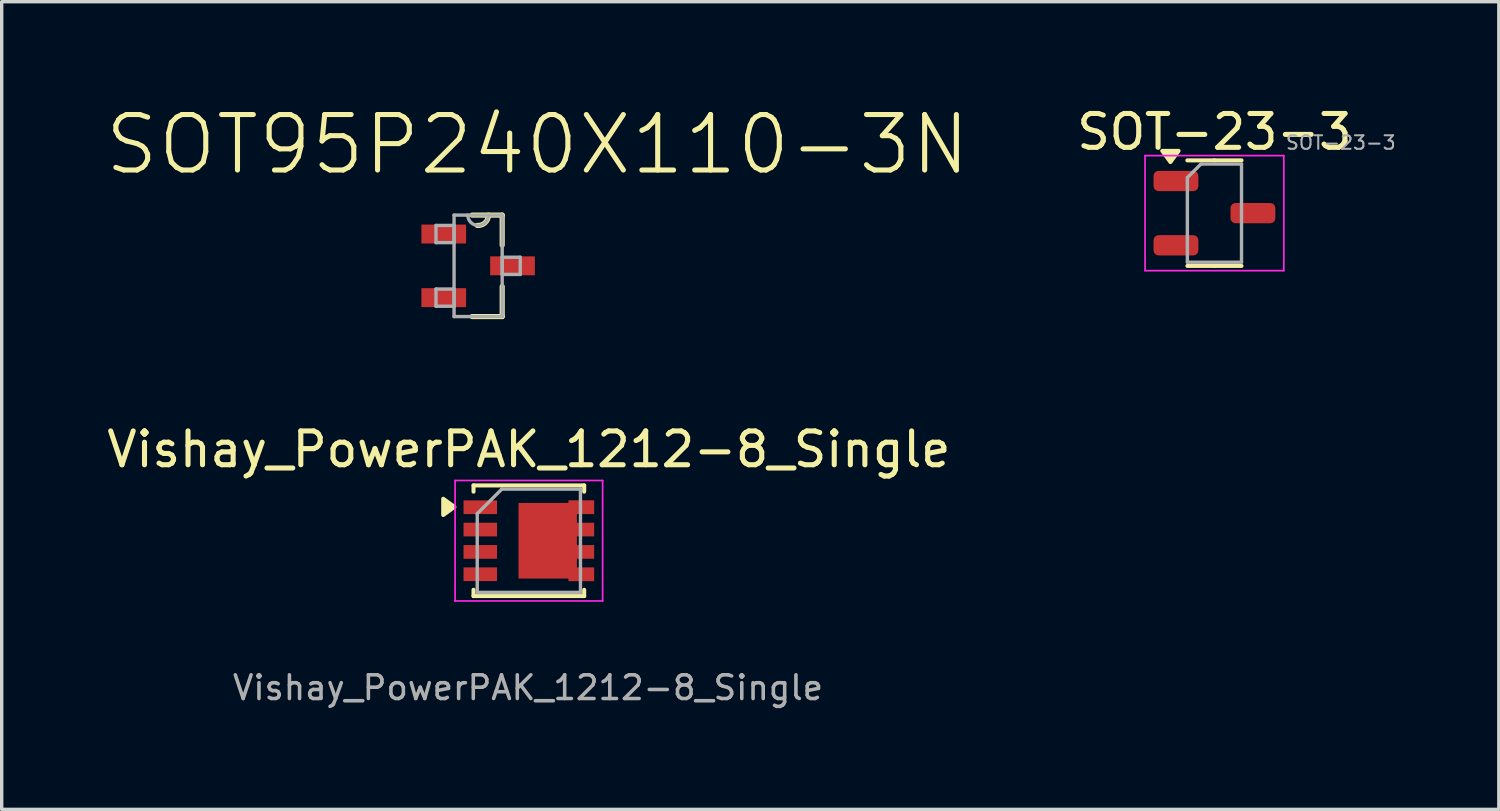
<source format=kicad_pcb>
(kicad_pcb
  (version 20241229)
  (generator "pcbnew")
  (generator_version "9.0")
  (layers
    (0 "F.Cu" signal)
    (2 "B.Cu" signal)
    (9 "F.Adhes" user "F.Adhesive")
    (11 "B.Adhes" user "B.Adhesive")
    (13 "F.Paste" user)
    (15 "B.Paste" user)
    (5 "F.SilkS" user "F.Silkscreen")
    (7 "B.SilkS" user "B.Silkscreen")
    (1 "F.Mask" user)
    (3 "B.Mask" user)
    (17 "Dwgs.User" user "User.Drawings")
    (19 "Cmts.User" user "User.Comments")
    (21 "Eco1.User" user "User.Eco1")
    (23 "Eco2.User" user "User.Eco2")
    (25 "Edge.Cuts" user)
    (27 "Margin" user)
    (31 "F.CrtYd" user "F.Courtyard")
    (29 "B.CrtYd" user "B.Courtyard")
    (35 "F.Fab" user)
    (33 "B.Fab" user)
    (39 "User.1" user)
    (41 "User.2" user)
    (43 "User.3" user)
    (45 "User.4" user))
  (footprint "Vishay_PowerPAK_1212-8_Single"
    (layer "F.Cu")
    (at 12.577 12.928)
    (property "Reference" "Vishay_PowerPAK_1212-8_Single" (at 0 -2.7 0) (layer "F.SilkS") (effects (font (size 1 1) (thickness 0.15))))
    (attr smd)
    (fp_line (start -1.635 -1.635) (end -1.635 -1.45) (stroke (width 0.12) (type solid)) (layer "F.SilkS"))
    (fp_line (start -1.635 -1.635) (end 1.635 -1.635) (stroke (width 0.12) (type solid)) (layer "F.SilkS"))
    (fp_line (start -1.635 1.45) (end -1.635 1.635) (stroke (width 0.12) (type solid)) (layer "F.SilkS"))
    (fp_line (start -1.635 1.635) (end 1.635 1.635) (stroke (width 0.12) (type solid)) (layer "F.SilkS"))
    (fp_line (start 1.635 -1.635) (end 1.635 -1.45) (stroke (width 0.12) (type solid)) (layer "F.SilkS"))
    (fp_line (start 1.635 1.45) (end 1.635 1.635) (stroke (width 0.12) (type solid)) (layer "F.SilkS"))
    (fp_poly (pts (xy -2.2 -1) (xy -2.53 -0.76) (xy -2.53 -1.24) (xy -2.2 -1)) (stroke (width 0.12) (type solid)) (fill yes) (layer "F.SilkS"))
    (fp_line (start -2.18 -1.78) (end -2.18 1.78) (stroke (width 0.05) (type solid)) (layer "F.CrtYd"))
    (fp_line (start -2.18 -1.78) (end 2.18 -1.78) (stroke (width 0.05) (type solid)) (layer "F.CrtYd"))
    (fp_line (start -2.18 1.78) (end 2.18 1.78) (stroke (width 0.05) (type solid)) (layer "F.CrtYd"))
    (fp_line (start 2.18 -1.78) (end 2.18 1.78) (stroke (width 0.05) (type solid)) (layer "F.CrtYd"))
    (fp_line (start -1.525 -0.8) (end -1.525 1.525) (stroke (width 0.1) (type solid)) (layer "F.Fab"))
    (fp_line (start -1.525 -0.8) (end -0.8 -1.525) (stroke (width 0.1) (type solid)) (layer "F.Fab"))
    (fp_line (start -1.525 1.525) (end 1.525 1.525) (stroke (width 0.1) (type solid)) (layer "F.Fab"))
    (fp_line (start -0.8 -1.525) (end 1.525 -1.525) (stroke (width 0.1) (type solid)) (layer "F.Fab"))
    (fp_line (start 1.525 -1.525) (end 1.525 1.525) (stroke (width 0.1) (type solid)) (layer "F.Fab"))
    (fp_text user "${REFERENCE}" (at -0.025 4.343 0) (layer "F.Fab") (effects (font (size 0.7 0.7) (thickness 0.105))))
    (pad "1" smd rect (at -1.435 -0.99) (size 0.99 0.405) (layers "F.Cu" "F.Mask" "F.Paste"))
    (pad "2" smd rect (at -1.435 -0.33) (size 0.99 0.405) (layers "F.Cu" "F.Mask" "F.Paste"))
    (pad "3" smd rect (at -1.435 0.33) (size 0.99 0.405) (layers "F.Cu" "F.Mask" "F.Paste"))
    (pad "4" smd rect (at -1.435 0.99) (size 0.99 0.405) (layers "F.Cu" "F.Mask" "F.Paste"))
    (pad "5" smd custom (at 0.557 0) (size 1.725 2.235) (layers "F.Cu" "F.Mask" "F.Paste") (options (anchor rect)) (primitives (gr_poly (pts (xy 1.373 -0.787) (xy 0.863 -0.787) (xy 0.863 -0.532) (xy 1.373 -0.532) (xy 1.373 -0.128) (xy 0.863 -0.128) (xy 0.863 0.128) (xy 1.373 0.128) (xy 1.373 0.532) (xy 0.863 0.532) (xy 0.863 0.787) (xy 1.373 0.787) (xy 1.373 1.195) (xy 0.613 1.195) (xy 0.613 -1.195) (xy 1.373 -1.195)) (width 0) (fill yes)))))
  (footprint "SOT95P240X110-3N"
    (layer "F.Cu")
    (at 11.078 4.805)
    (property "Reference" "SOT95P240X110-3N" (at 1.753 -3.582 0) (layer "F.SilkS") (effects (font (size 1.64 1.64) (thickness 0.15))))
    (attr smd)
    (fp_line (start -0.178 1.499) (end 0.711 1.499) (stroke (width 0.152) (type solid)) (layer "F.SilkS"))
    (fp_line (start 0.711 -1.499) (end -0.178 -1.499) (stroke (width 0.152) (type solid)) (layer "F.SilkS"))
    (fp_line (start 0.711 -0.61) (end 0.711 -1.499) (stroke (width 0.152) (type solid)) (layer "F.SilkS"))
    (fp_line (start 0.711 1.499) (end 0.711 0.61) (stroke (width 0.152) (type solid)) (layer "F.SilkS"))
    (fp_arc (start 0.3048 -1.4986) (mid 0.206758 -1.273554) (end -0.0254 -1.1938) (stroke (width 0.1524) (type solid)) (layer "F.SilkS"))
    (fp_line (start -1.245 -1.194) (end -1.245 -0.686) (stroke (width 0.1) (type solid)) (layer "F.Fab"))
    (fp_line (start -1.245 -0.686) (end -0.711 -0.686) (stroke (width 0.1) (type solid)) (layer "F.Fab"))
    (fp_line (start -1.245 0.686) (end -1.245 1.194) (stroke (width 0.1) (type solid)) (layer "F.Fab"))
    (fp_line (start -1.245 1.194) (end -0.711 1.194) (stroke (width 0.1) (type solid)) (layer "F.Fab"))
    (fp_line (start -0.711 -1.499) (end -0.711 1.499) (stroke (width 0.1) (type solid)) (layer "F.Fab"))
    (fp_line (start -0.711 -1.194) (end -1.245 -1.194) (stroke (width 0.1) (type solid)) (layer "F.Fab"))
    (fp_line (start -0.711 -0.686) (end -0.711 -1.194) (stroke (width 0.1) (type solid)) (layer "F.Fab"))
    (fp_line (start -0.711 0.686) (end -1.245 0.686) (stroke (width 0.1) (type solid)) (layer "F.Fab"))
    (fp_line (start -0.711 1.194) (end -0.711 0.686) (stroke (width 0.1) (type solid)) (layer "F.Fab"))
    (fp_line (start -0.711 1.499) (end 0.711 1.499) (stroke (width 0.1) (type solid)) (layer "F.Fab"))
    (fp_line (start 0.711 -1.499) (end -0.711 -1.499) (stroke (width 0.1) (type solid)) (layer "F.Fab"))
    (fp_line (start 0.711 -0.254) (end 0.711 0.254) (stroke (width 0.1) (type solid)) (layer "F.Fab"))
    (fp_line (start 0.711 0.254) (end 1.245 0.254) (stroke (width 0.1) (type solid)) (layer "F.Fab"))
    (fp_line (start 0.711 1.499) (end 0.711 -1.499) (stroke (width 0.1) (type solid)) (layer "F.Fab"))
    (fp_line (start 1.245 -0.254) (end 0.711 -0.254) (stroke (width 0.1) (type solid)) (layer "F.Fab"))
    (fp_line (start 1.245 0.254) (end 1.245 -0.254) (stroke (width 0.1) (type solid)) (layer "F.Fab"))
    (fp_arc (start 0.3048 -1.4986) (mid 0 -1.1938) (end -0.3048 -1.4986) (stroke (width 0.1) (type solid)) (layer "F.Fab"))
    (pad "1" smd rect (at -1.016 -0.94) (size 1.321 0.559) (layers "F.Cu" "F.Mask" "F.Paste"))
    (pad "2" smd rect (at -1.016 0.94) (size 1.321 0.559) (layers "F.Cu" "F.Mask" "F.Paste"))
    (pad "3" smd rect (at 1.016 0) (size 1.321 0.559) (layers "F.Cu" "F.Mask" "F.Paste")))
  (footprint "SOT-23-3"
    (layer "F.Cu")
    (at 32.835 3.248)
    (property "Reference" "SOT-23-3" (at 0 -2.4 0) (layer "F.SilkS") (effects (font (size 1 1) (thickness 0.15))))
    (attr smd)
    (fp_line (start 0 -1.56) (end -0.8 -1.56) (stroke (width 0.12) (type solid)) (layer "F.SilkS"))
    (fp_line (start 0 -1.56) (end 0.8 -1.56) (stroke (width 0.12) (type solid)) (layer "F.SilkS"))
    (fp_line (start 0 1.56) (end -0.8 1.56) (stroke (width 0.12) (type solid)) (layer "F.SilkS"))
    (fp_line (start 0 1.56) (end 0.8 1.56) (stroke (width 0.12) (type solid)) (layer "F.SilkS"))
    (fp_poly (pts (xy -1.3 -1.51) (xy -1.54 -1.84) (xy -1.06 -1.84) (xy -1.3 -1.51)) (stroke (width 0.12) (type solid)) (fill yes) (layer "F.SilkS"))
    (fp_line (start -2.05 -1.7) (end -2.05 1.7) (stroke (width 0.05) (type solid)) (layer "F.CrtYd"))
    (fp_line (start -2.05 1.7) (end 2.05 1.7) (stroke (width 0.05) (type solid)) (layer "F.CrtYd"))
    (fp_line (start 2.05 -1.7) (end -2.05 -1.7) (stroke (width 0.05) (type solid)) (layer "F.CrtYd"))
    (fp_line (start 2.05 1.7) (end 2.05 -1.7) (stroke (width 0.05) (type solid)) (layer "F.CrtYd"))
    (fp_line (start -0.8 -1.05) (end -0.4 -1.45) (stroke (width 0.1) (type solid)) (layer "F.Fab"))
    (fp_line (start -0.8 1.45) (end -0.8 -1.05) (stroke (width 0.1) (type solid)) (layer "F.Fab"))
    (fp_line (start -0.4 -1.45) (end 0.8 -1.45) (stroke (width 0.1) (type solid)) (layer "F.Fab"))
    (fp_line (start 0.8 -1.45) (end 0.8 1.45) (stroke (width 0.1) (type solid)) (layer "F.Fab"))
    (fp_line (start 0.8 1.45) (end -0.8 1.45) (stroke (width 0.1) (type solid)) (layer "F.Fab"))
    (fp_text user "${REFERENCE}" (at 3.734 -2.083 0) (layer "F.Fab") (effects (font (size 0.4 0.4) (thickness 0.06))))
    (pad "1" smd roundrect (at -1.137 -0.95) (size 1.325 0.6) (layers "F.Cu" "F.Mask" "F.Paste") (roundrect_rratio 0.25))
    (pad "2" smd roundrect (at -1.137 0.95) (size 1.325 0.6) (layers "F.Cu" "F.Mask" "F.Paste") (roundrect_rratio 0.25))
    (pad "3" smd roundrect (at 1.137 0) (size 1.325 0.6) (layers "F.Cu" "F.Mask" "F.Paste") (roundrect_rratio 0.25)))
  (gr_rect
    (start -3 -3)
    (end 41.238 20.865)
    (stroke (width 0.1) (type default))
    (fill no)
    (layer "Edge.Cuts")))
</source>
